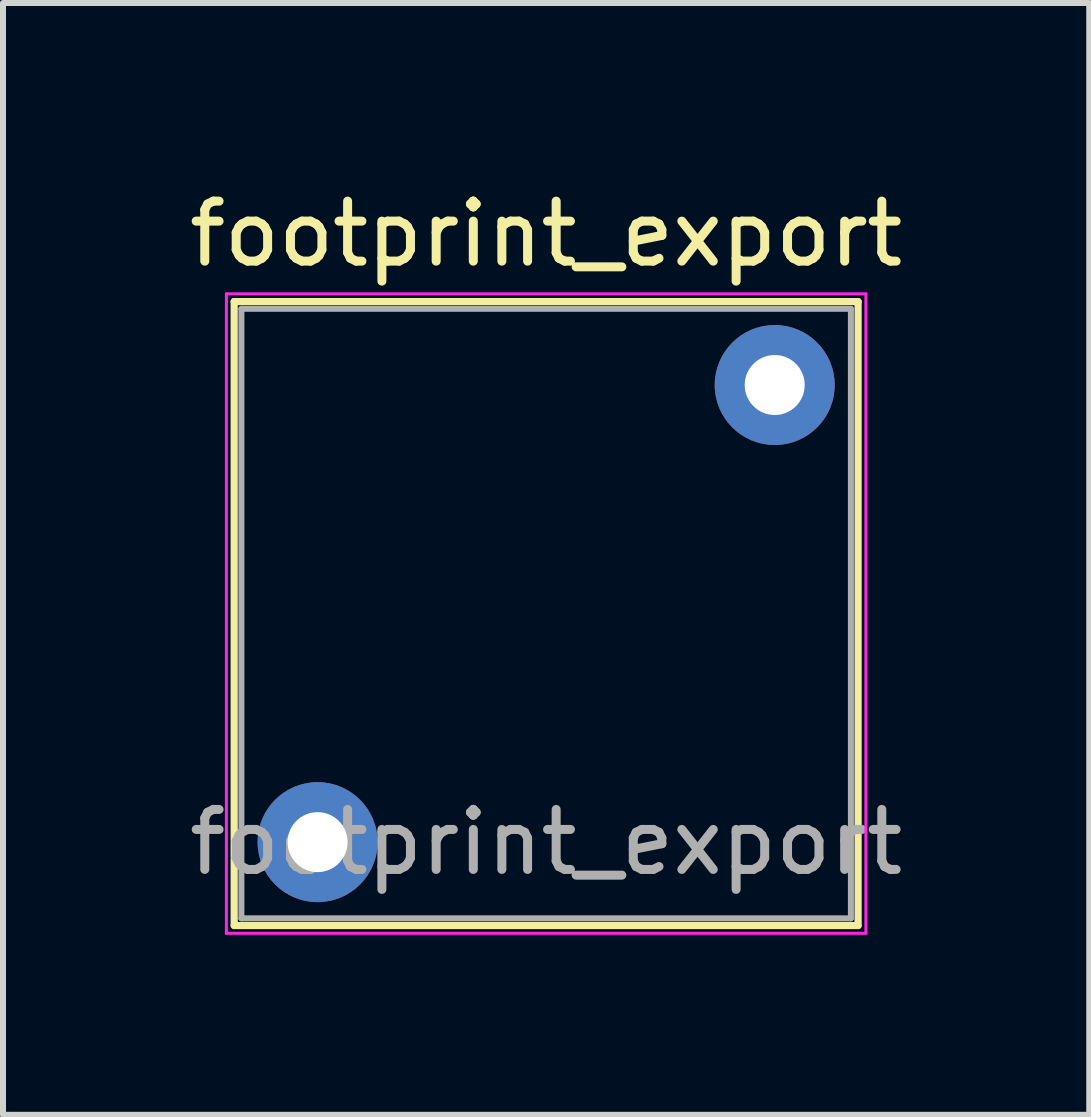
<source format=kicad_pcb>
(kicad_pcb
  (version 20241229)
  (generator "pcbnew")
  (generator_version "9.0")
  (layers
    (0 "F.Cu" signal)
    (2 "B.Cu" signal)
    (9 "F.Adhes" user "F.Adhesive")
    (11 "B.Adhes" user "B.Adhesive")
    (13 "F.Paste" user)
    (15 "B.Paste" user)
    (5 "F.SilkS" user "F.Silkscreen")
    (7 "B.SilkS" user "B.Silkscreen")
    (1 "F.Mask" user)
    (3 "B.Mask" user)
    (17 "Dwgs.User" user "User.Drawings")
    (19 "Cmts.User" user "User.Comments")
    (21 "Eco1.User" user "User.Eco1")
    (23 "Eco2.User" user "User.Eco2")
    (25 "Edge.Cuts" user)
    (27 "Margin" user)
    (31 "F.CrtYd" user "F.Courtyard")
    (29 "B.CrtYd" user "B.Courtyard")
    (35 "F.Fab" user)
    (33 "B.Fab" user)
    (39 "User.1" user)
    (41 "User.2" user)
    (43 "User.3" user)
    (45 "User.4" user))
  (footprint "footprint_export"
    (layer "F.Cu")
    (at 2.244 10.988)
    (property "Reference" "footprint_export" (at 3.81 -10.14 0) (layer "F.SilkS") (effects (font (size 1 1) (thickness 0.15))))
    (attr through_hole)
    (fp_line (start -1.39 -9.01) (end -1.39 1.39) (stroke (width 0.12) (type solid)) (layer "F.SilkS"))
    (fp_line (start -1.39 -9.01) (end 9.01 -9.01) (stroke (width 0.12) (type solid)) (layer "F.SilkS"))
    (fp_line (start -1.39 1.39) (end 9.01 1.39) (stroke (width 0.12) (type solid)) (layer "F.SilkS"))
    (fp_line (start 9.01 -9.01) (end 9.01 1.39) (stroke (width 0.12) (type solid)) (layer "F.SilkS"))
    (fp_line (start -1.52 -9.14) (end -1.52 1.52) (stroke (width 0.05) (type solid)) (layer "F.CrtYd"))
    (fp_line (start -1.52 1.52) (end 9.14 1.52) (stroke (width 0.05) (type solid)) (layer "F.CrtYd"))
    (fp_line (start 9.14 -9.14) (end -1.52 -9.14) (stroke (width 0.05) (type solid)) (layer "F.CrtYd"))
    (fp_line (start 9.14 1.52) (end 9.14 -9.14) (stroke (width 0.05) (type solid)) (layer "F.CrtYd"))
    (fp_line (start -1.27 -8.89) (end -1.27 1.27) (stroke (width 0.1) (type solid)) (layer "F.Fab"))
    (fp_line (start -1.27 1.27) (end 8.89 1.27) (stroke (width 0.1) (type solid)) (layer "F.Fab"))
    (fp_line (start 8.89 -8.89) (end -1.27 -8.89) (stroke (width 0.1) (type solid)) (layer "F.Fab"))
    (fp_line (start 8.89 1.27) (end 8.89 -8.89) (stroke (width 0.1) (type solid)) (layer "F.Fab"))
    (fp_text user "${REFERENCE}" (at 3.81 0 0) (layer "F.Fab") (effects (font (size 1 1) (thickness 0.15))))
    (pad "1" thru_hole circle (at 0 0) (size 2 2) (drill 1) (layers "*.Cu" "*.Mask"))
    (pad "2" thru_hole circle (at 7.62 -7.62) (size 2 2) (drill 1) (layers "*.Cu" "*.Mask")))
  (gr_rect
    (start -3 -3)
    (end 15.107 15.533)
    (stroke (width 0.1) (type default))
    (fill no)
    (layer "Edge.Cuts")))
</source>
